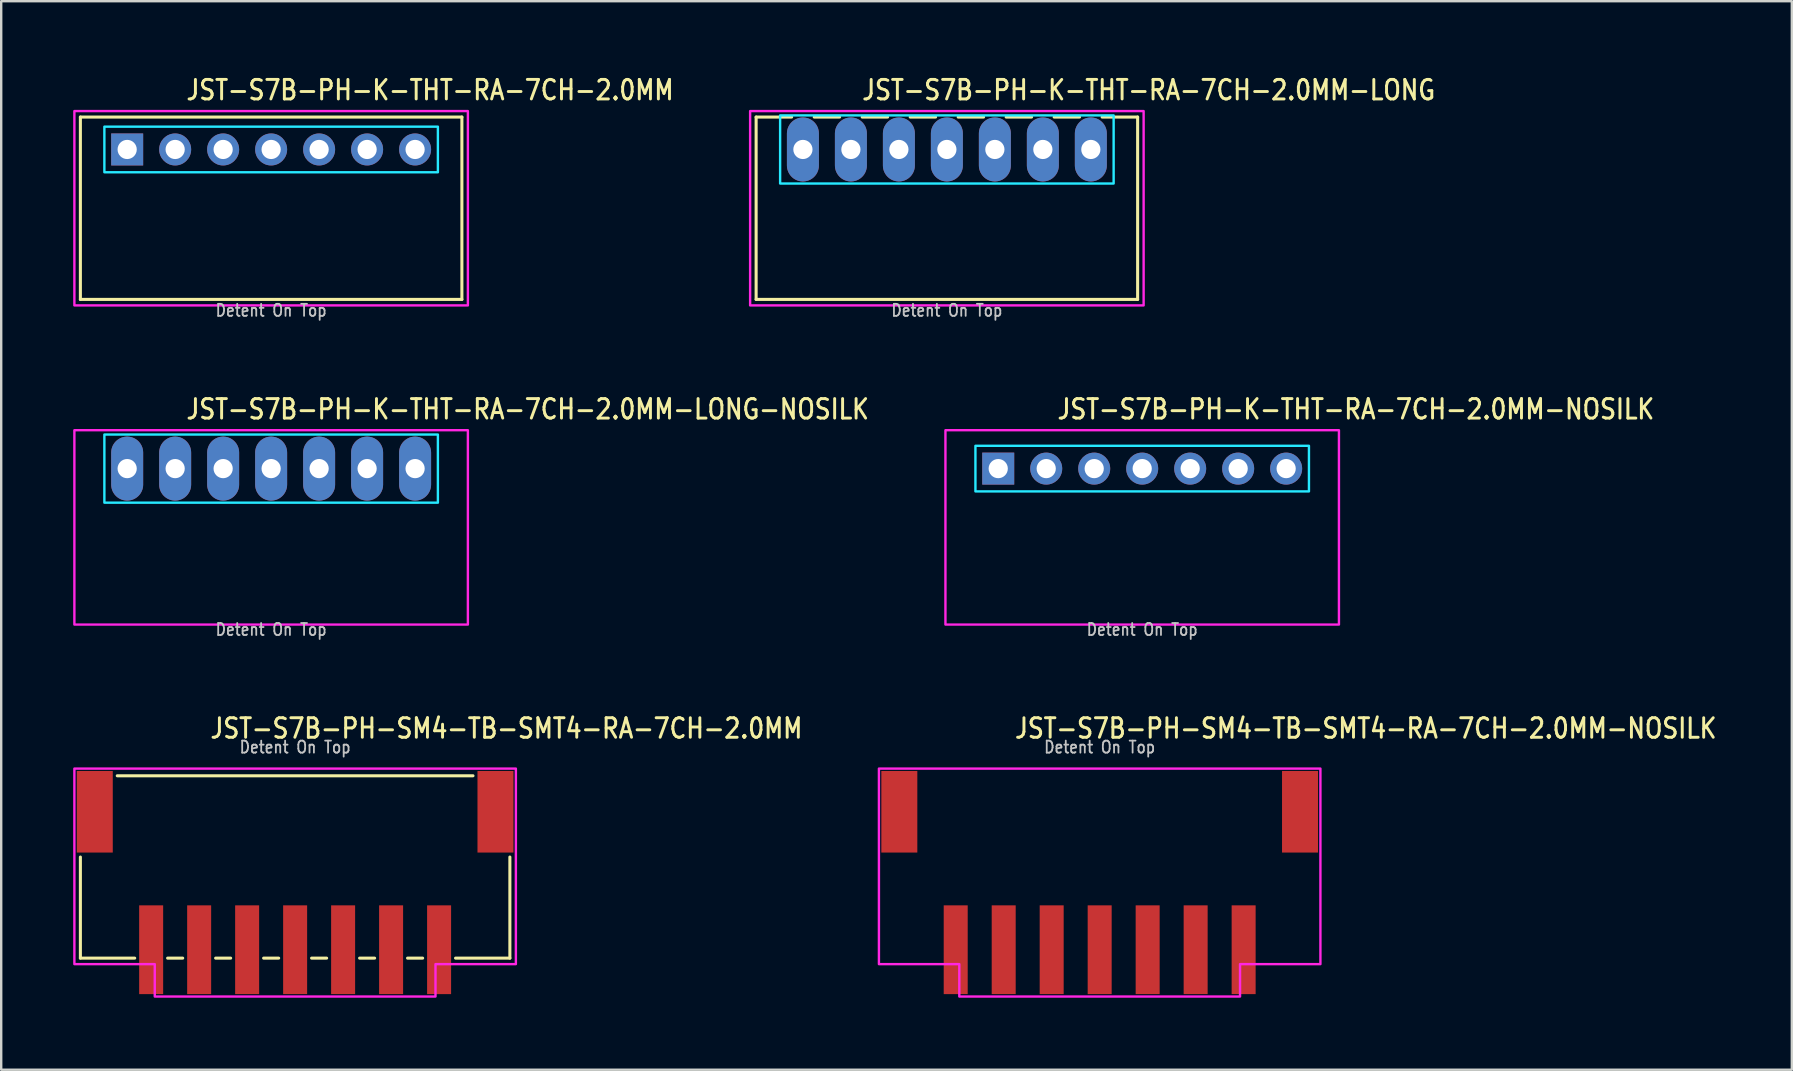
<source format=kicad_pcb>
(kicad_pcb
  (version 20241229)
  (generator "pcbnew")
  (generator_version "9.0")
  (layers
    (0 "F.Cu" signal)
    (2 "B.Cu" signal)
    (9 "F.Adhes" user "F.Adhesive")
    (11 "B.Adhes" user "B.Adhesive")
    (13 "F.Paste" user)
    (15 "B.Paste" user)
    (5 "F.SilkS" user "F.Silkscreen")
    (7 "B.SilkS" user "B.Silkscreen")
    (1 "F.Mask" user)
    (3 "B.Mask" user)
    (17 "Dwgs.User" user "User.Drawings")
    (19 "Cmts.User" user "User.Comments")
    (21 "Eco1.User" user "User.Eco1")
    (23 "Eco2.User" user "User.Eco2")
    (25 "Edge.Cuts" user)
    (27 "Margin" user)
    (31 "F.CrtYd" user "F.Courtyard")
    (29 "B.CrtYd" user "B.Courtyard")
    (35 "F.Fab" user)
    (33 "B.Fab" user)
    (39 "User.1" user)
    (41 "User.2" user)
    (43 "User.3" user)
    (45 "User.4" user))
  (footprint "JST-S7B-PH-SM4-TB-SMT4-RA-7CH-2.0MM-NOSILK"
    (layer "F.Cu")
    (at 42.781 30.782)
    (property "Reference" "JST-S7B-PH-SM4-TB-SMT4-RA-7CH-2.0MM-NOSILK" (at -3.6 -3 0) (unlocked yes) (layer "F.SilkS") (effects (font (size 0.813 0.695) (thickness 0.122)) (justify left bottom)))
    (fp_poly (pts (xy -9.2 -1.8) (xy -9.2 6.35) (xy -5.85 6.35) (xy -5.85 7.7) (xy 5.85 7.7) (xy 5.85 6.35) (xy 9.2 6.35) (xy 9.2 -1.8)) (stroke (width 0.1) (type solid)) (fill no) (layer "F.CrtYd"))
    (fp_text user "Detent On Top" (at 0 -2.4 0) (unlocked yes) (layer "Dwgs.User") (effects (font (size 0.5 0.427) (thickness 0.075)) (justify bottom)))
    (pad "1" smd rect (at 6 5.75) (size 1 3.7) (layers "F.Cu" "F.Mask" "F.Paste"))
    (pad "2" smd rect (at 4 5.75) (size 1 3.7) (layers "F.Cu" "F.Mask" "F.Paste"))
    (pad "3" smd rect (at 2 5.75) (size 1 3.7) (layers "F.Cu" "F.Mask" "F.Paste"))
    (pad "4" smd rect (at 0 5.75) (size 1 3.7) (layers "F.Cu" "F.Mask" "F.Paste"))
    (pad "5" smd rect (at -2 5.75) (size 1 3.7) (layers "F.Cu" "F.Mask" "F.Paste"))
    (pad "6" smd rect (at -4 5.75) (size 1 3.7) (layers "F.Cu" "F.Mask" "F.Paste"))
    (pad "7" smd rect (at -6 5.75) (size 1 3.7) (layers "F.Cu" "F.Mask" "F.Paste"))
    (pad "S_1" smd rect (at -8.35 0) (size 1.5 3.4) (layers "F.Cu" "F.Mask" "F.Paste"))
    (pad "S_2" smd rect (at 8.35 0) (size 1.5 3.4) (layers "F.Cu" "F.Mask" "F.Paste")))
  (footprint "JST-S7B-PH-K-THT-RA-7CH-2.0MM-LONG-NOSILK"
    (layer "F.Cu")
    (at 8.25 16.48)
    (property "Reference" "JST-S7B-PH-K-THT-RA-7CH-2.0MM-LONG-NOSILK" (at -3.6 -2 0) (unlocked yes) (layer "F.SilkS") (effects (font (size 0.813 0.695) (thickness 0.122)) (justify left bottom)))
    (fp_poly (pts (xy -6.95 -1.42) (xy -6.95 1.42) (xy 6.95 1.42) (xy 6.95 -1.42)) (stroke (width 0.1) (type solid)) (fill no) (layer "B.CrtYd"))
    (fp_poly (pts (xy -8.2 -1.6) (xy -8.2 6.5) (xy 8.2 6.5) (xy 8.2 -1.6)) (stroke (width 0.1) (type solid)) (fill no) (layer "F.CrtYd"))
    (fp_text user "Detent On Top" (at 0 7 0) (unlocked yes) (layer "Dwgs.User") (effects (font (size 0.5 0.427) (thickness 0.075)) (justify bottom)))
    (pad "1" thru_hole oval (at -6 0 90) (size 2.667 1.333) (drill 0.8) (layers "*.Cu" "*.Mask"))
    (pad "2" thru_hole oval (at -4 0 90) (size 2.667 1.333) (drill 0.8) (layers "*.Cu" "*.Mask"))
    (pad "3" thru_hole oval (at -2 0 90) (size 2.667 1.333) (drill 0.8) (layers "*.Cu" "*.Mask"))
    (pad "4" thru_hole oval (at 0 0 90) (size 2.667 1.333) (drill 0.8) (layers "*.Cu" "*.Mask"))
    (pad "5" thru_hole oval (at 2 0 90) (size 2.667 1.333) (drill 0.8) (layers "*.Cu" "*.Mask"))
    (pad "6" thru_hole oval (at 4 0 90) (size 2.667 1.333) (drill 0.8) (layers "*.Cu" "*.Mask"))
    (pad "7" thru_hole oval (at 6 0 90) (size 2.667 1.333) (drill 0.8) (layers "*.Cu" "*.Mask")))
  (footprint "JST-S7B-PH-K-THT-RA-7CH-2.0MM-NOSILK"
    (layer "F.Cu")
    (at 44.553 16.48)
    (property "Reference" "JST-S7B-PH-K-THT-RA-7CH-2.0MM-NOSILK" (at -3.6 -2 0) (unlocked yes) (layer "F.SilkS") (effects (font (size 0.813 0.695) (thickness 0.122)) (justify left bottom)))
    (fp_poly (pts (xy -6.95 -0.95) (xy -6.95 0.95) (xy 6.95 0.95) (xy 6.95 -0.95)) (stroke (width 0.1) (type solid)) (fill no) (layer "B.CrtYd"))
    (fp_poly (pts (xy -8.2 -1.6) (xy -8.2 6.5) (xy 8.2 6.5) (xy 8.2 -1.6)) (stroke (width 0.1) (type solid)) (fill no) (layer "F.CrtYd"))
    (fp_text user "Detent On Top" (at 0 7 0) (unlocked yes) (layer "Dwgs.User") (effects (font (size 0.5 0.427) (thickness 0.075)) (justify bottom)))
    (pad "1" thru_hole rect (at -6 0) (size 1.333 1.333) (drill 0.8) (layers "*.Cu" "*.Mask"))
    (pad "2" thru_hole oval (at -4 0) (size 1.333 1.333) (drill 0.8) (layers "*.Cu" "*.Mask"))
    (pad "3" thru_hole oval (at -2 0) (size 1.333 1.333) (drill 0.8) (layers "*.Cu" "*.Mask"))
    (pad "4" thru_hole oval (at 0 0) (size 1.333 1.333) (drill 0.8) (layers "*.Cu" "*.Mask"))
    (pad "5" thru_hole oval (at 2 0) (size 1.333 1.333) (drill 0.8) (layers "*.Cu" "*.Mask"))
    (pad "6" thru_hole oval (at 4 0) (size 1.333 1.333) (drill 0.8) (layers "*.Cu" "*.Mask"))
    (pad "7" thru_hole oval (at 6 0) (size 1.333 1.333) (drill 0.8) (layers "*.Cu" "*.Mask")))
  (footprint "JST-S7B-PH-K-THT-RA-7CH-2.0MM"
    (layer "F.Cu")
    (at 8.25 3.179)
    (property "Reference" "JST-S7B-PH-K-THT-RA-7CH-2.0MM" (at -3.6 -2 0) (unlocked yes) (layer "F.SilkS") (effects (font (size 0.813 0.695) (thickness 0.122)) (justify left bottom)))
    (fp_line (start -7.95 -1.35) (end 7.95 -1.35) (stroke (width 0.127) (type solid)) (layer "F.SilkS"))
    (fp_line (start -7.95 6.25) (end -7.95 -1.35) (stroke (width 0.127) (type solid)) (layer "F.SilkS"))
    (fp_line (start -7.95 6.25) (end 7.95 6.25) (stroke (width 0.127) (type solid)) (layer "F.SilkS"))
    (fp_line (start 7.95 -1.35) (end 7.95 6.25) (stroke (width 0.127) (type solid)) (layer "F.SilkS"))
    (fp_poly (pts (xy -6.95 -0.95) (xy -6.95 0.95) (xy 6.95 0.95) (xy 6.95 -0.95)) (stroke (width 0.1) (type solid)) (fill no) (layer "B.CrtYd"))
    (fp_poly (pts (xy -8.2 -1.6) (xy -8.2 6.5) (xy 8.2 6.5) (xy 8.2 -1.6)) (stroke (width 0.1) (type solid)) (fill no) (layer "F.CrtYd"))
    (fp_text user "Detent On Top" (at 0 7 0) (unlocked yes) (layer "Dwgs.User") (effects (font (size 0.5 0.427) (thickness 0.075)) (justify bottom)))
    (pad "1" thru_hole rect (at -6 0) (size 1.333 1.333) (drill 0.8) (layers "*.Cu" "*.Mask"))
    (pad "2" thru_hole oval (at -4 0) (size 1.333 1.333) (drill 0.8) (layers "*.Cu" "*.Mask"))
    (pad "3" thru_hole oval (at -2 0) (size 1.333 1.333) (drill 0.8) (layers "*.Cu" "*.Mask"))
    (pad "4" thru_hole oval (at 0 0) (size 1.333 1.333) (drill 0.8) (layers "*.Cu" "*.Mask"))
    (pad "5" thru_hole oval (at 2 0) (size 1.333 1.333) (drill 0.8) (layers "*.Cu" "*.Mask"))
    (pad "6" thru_hole oval (at 4 0) (size 1.333 1.333) (drill 0.8) (layers "*.Cu" "*.Mask"))
    (pad "7" thru_hole oval (at 6 0) (size 1.333 1.333) (drill 0.8) (layers "*.Cu" "*.Mask")))
  (footprint "JST-S7B-PH-K-THT-RA-7CH-2.0MM-LONG"
    (layer "F.Cu")
    (at 36.413 3.179)
    (property "Reference" "JST-S7B-PH-K-THT-RA-7CH-2.0MM-LONG" (at -3.6 -2 0) (unlocked yes) (layer "F.SilkS") (effects (font (size 0.813 0.695) (thickness 0.122)) (justify left bottom)))
    (fp_line (start -7.95 -1.35) (end -6.471 -1.35) (stroke (width 0.127) (type solid)) (layer "F.SilkS"))
    (fp_line (start -7.95 6.25) (end -7.95 -1.35) (stroke (width 0.127) (type solid)) (layer "F.SilkS"))
    (fp_line (start -7.95 6.25) (end 7.95 6.25) (stroke (width 0.127) (type solid)) (layer "F.SilkS"))
    (fp_line (start -5.529 -1.35) (end -4.471 -1.35) (stroke (width 0.127) (type solid)) (layer "F.SilkS"))
    (fp_line (start -3.529 -1.35) (end -2.471 -1.35) (stroke (width 0.127) (type solid)) (layer "F.SilkS"))
    (fp_line (start -1.529 -1.35) (end -0.471 -1.35) (stroke (width 0.127) (type solid)) (layer "F.SilkS"))
    (fp_line (start 0.471 -1.35) (end 1.529 -1.35) (stroke (width 0.127) (type solid)) (layer "F.SilkS"))
    (fp_line (start 2.471 -1.35) (end 3.529 -1.35) (stroke (width 0.127) (type solid)) (layer "F.SilkS"))
    (fp_line (start 4.471 -1.35) (end 5.529 -1.35) (stroke (width 0.127) (type solid)) (layer "F.SilkS"))
    (fp_line (start 6.471 -1.35) (end 7.95 -1.35) (stroke (width 0.127) (type solid)) (layer "F.SilkS"))
    (fp_line (start 7.95 -1.35) (end 7.95 6.25) (stroke (width 0.127) (type solid)) (layer "F.SilkS"))
    (fp_poly (pts (xy -6.95 -1.42) (xy -6.95 1.42) (xy 6.95 1.42) (xy 6.95 -1.42)) (stroke (width 0.1) (type solid)) (fill no) (layer "B.CrtYd"))
    (fp_poly (pts (xy -8.2 -1.6) (xy -8.2 6.5) (xy 8.2 6.5) (xy 8.2 -1.6)) (stroke (width 0.1) (type solid)) (fill no) (layer "F.CrtYd"))
    (fp_text user "Detent On Top" (at 0 7 0) (unlocked yes) (layer "Dwgs.User") (effects (font (size 0.5 0.427) (thickness 0.075)) (justify bottom)))
    (pad "1" thru_hole oval (at -6 0 90) (size 2.667 1.333) (drill 0.8) (layers "*.Cu" "*.Mask"))
    (pad "2" thru_hole oval (at -4 0 90) (size 2.667 1.333) (drill 0.8) (layers "*.Cu" "*.Mask"))
    (pad "3" thru_hole oval (at -2 0 90) (size 2.667 1.333) (drill 0.8) (layers "*.Cu" "*.Mask"))
    (pad "4" thru_hole oval (at 0 0 90) (size 2.667 1.333) (drill 0.8) (layers "*.Cu" "*.Mask"))
    (pad "5" thru_hole oval (at 2 0 90) (size 2.667 1.333) (drill 0.8) (layers "*.Cu" "*.Mask"))
    (pad "6" thru_hole oval (at 4 0 90) (size 2.667 1.333) (drill 0.8) (layers "*.Cu" "*.Mask"))
    (pad "7" thru_hole oval (at 6 0 90) (size 2.667 1.333) (drill 0.8) (layers "*.Cu" "*.Mask")))
  (footprint "JST-S7B-PH-SM4-TB-SMT4-RA-7CH-2.0MM"
    (layer "F.Cu")
    (at 9.25 30.782)
    (property "Reference" "JST-S7B-PH-SM4-TB-SMT4-RA-7CH-2.0MM" (at -3.6 -3 0) (unlocked yes) (layer "F.SilkS") (effects (font (size 0.813 0.695) (thickness 0.122)) (justify left bottom)))
    (fp_line (start -8.95 6.1) (end -8.95 1.887) (stroke (width 0.127) (type solid)) (layer "F.SilkS"))
    (fp_line (start -8.95 6.1) (end -6.686 6.1) (stroke (width 0.127) (type solid)) (layer "F.SilkS"))
    (fp_line (start -7.413 -1.5) (end 7.413 -1.5) (stroke (width 0.127) (type solid)) (layer "F.SilkS"))
    (fp_line (start -5.314 6.1) (end -4.686 6.1) (stroke (width 0.127) (type solid)) (layer "F.SilkS"))
    (fp_line (start -3.313 6.1) (end -2.687 6.1) (stroke (width 0.127) (type solid)) (layer "F.SilkS"))
    (fp_line (start -1.313 6.1) (end -0.686 6.1) (stroke (width 0.127) (type solid)) (layer "F.SilkS"))
    (fp_line (start 0.686 6.1) (end 1.313 6.1) (stroke (width 0.127) (type solid)) (layer "F.SilkS"))
    (fp_line (start 2.687 6.1) (end 3.313 6.1) (stroke (width 0.127) (type solid)) (layer "F.SilkS"))
    (fp_line (start 4.686 6.1) (end 5.314 6.1) (stroke (width 0.127) (type solid)) (layer "F.SilkS"))
    (fp_line (start 6.686 6.1) (end 8.95 6.1) (stroke (width 0.127) (type solid)) (layer "F.SilkS"))
    (fp_line (start 8.95 1.887) (end 8.95 6.1) (stroke (width 0.127) (type solid)) (layer "F.SilkS"))
    (fp_poly (pts (xy -9.2 -1.8) (xy -9.2 6.35) (xy -5.85 6.35) (xy -5.85 7.7) (xy 5.85 7.7) (xy 5.85 6.35) (xy 9.2 6.35) (xy 9.2 -1.8)) (stroke (width 0.1) (type solid)) (fill no) (layer "F.CrtYd"))
    (fp_text user "Detent On Top" (at 0 -2.4 0) (unlocked yes) (layer "Dwgs.User") (effects (font (size 0.5 0.427) (thickness 0.075)) (justify bottom)))
    (pad "1" smd rect (at 6 5.75) (size 1 3.7) (layers "F.Cu" "F.Mask" "F.Paste"))
    (pad "2" smd rect (at 4 5.75) (size 1 3.7) (layers "F.Cu" "F.Mask" "F.Paste"))
    (pad "3" smd rect (at 2 5.75) (size 1 3.7) (layers "F.Cu" "F.Mask" "F.Paste"))
    (pad "4" smd rect (at 0 5.75) (size 1 3.7) (layers "F.Cu" "F.Mask" "F.Paste"))
    (pad "5" smd rect (at -2 5.75) (size 1 3.7) (layers "F.Cu" "F.Mask" "F.Paste"))
    (pad "6" smd rect (at -4 5.75) (size 1 3.7) (layers "F.Cu" "F.Mask" "F.Paste"))
    (pad "7" smd rect (at -6 5.75) (size 1 3.7) (layers "F.Cu" "F.Mask" "F.Paste"))
    (pad "S_1" smd rect (at -8.35 0) (size 1.5 3.4) (layers "F.Cu" "F.Mask" "F.Paste"))
    (pad "S_2" smd rect (at 8.35 0) (size 1.5 3.4) (layers "F.Cu" "F.Mask" "F.Paste")))
  (gr_rect
    (start -3 -3)
    (end 71.628 41.532)
    (stroke (width 0.1) (type default))
    (fill no)
    (layer "Edge.Cuts")))
</source>
